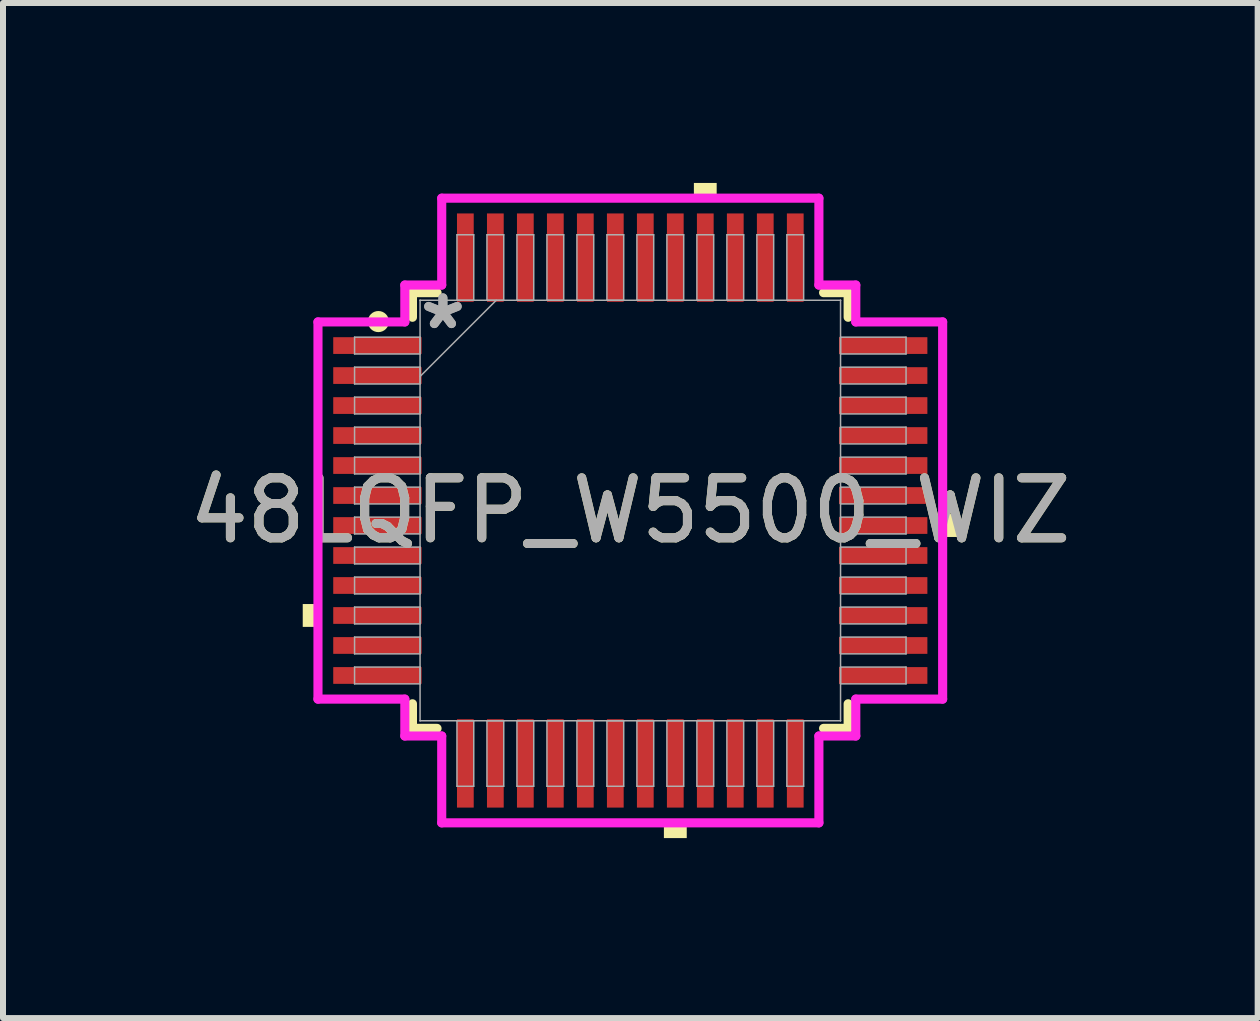
<source format=kicad_pcb>
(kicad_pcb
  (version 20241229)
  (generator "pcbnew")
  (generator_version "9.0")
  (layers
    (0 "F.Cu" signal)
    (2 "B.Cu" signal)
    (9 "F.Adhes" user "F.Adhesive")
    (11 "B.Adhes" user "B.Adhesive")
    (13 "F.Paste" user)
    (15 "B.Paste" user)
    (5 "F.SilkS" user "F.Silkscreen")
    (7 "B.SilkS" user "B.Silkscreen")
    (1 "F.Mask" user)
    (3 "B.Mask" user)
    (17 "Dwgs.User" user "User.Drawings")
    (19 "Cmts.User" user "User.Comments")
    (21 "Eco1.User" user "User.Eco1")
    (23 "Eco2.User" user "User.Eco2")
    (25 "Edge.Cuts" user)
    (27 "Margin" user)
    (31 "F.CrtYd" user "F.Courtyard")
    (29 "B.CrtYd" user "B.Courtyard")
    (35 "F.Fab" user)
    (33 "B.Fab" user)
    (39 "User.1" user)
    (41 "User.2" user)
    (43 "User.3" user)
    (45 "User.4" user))
  (footprint "48LQFP_W5500_WIZ"
    (layer "F.Cu")
    (at 7.458 5.461)
    (property "Reference" "48LQFP_W5500_WIZ" (at 0 0 0) (unlocked yes) (layer "F.SilkS") (effects (font (size 1 1) (thickness 0.15))))
    (attr smd)
    (fp_line (start -3.632 -3.632) (end -3.632 -3.222) (stroke (width 0.152) (type solid)) (layer "F.SilkS"))
    (fp_line (start -3.632 3.222) (end -3.632 3.632) (stroke (width 0.152) (type solid)) (layer "F.SilkS"))
    (fp_line (start -3.632 3.632) (end -3.222 3.632) (stroke (width 0.152) (type solid)) (layer "F.SilkS"))
    (fp_line (start -3.222 -3.632) (end -3.632 -3.632) (stroke (width 0.152) (type solid)) (layer "F.SilkS"))
    (fp_line (start 3.222 3.632) (end 3.632 3.632) (stroke (width 0.152) (type solid)) (layer "F.SilkS"))
    (fp_line (start 3.632 -3.632) (end 3.222 -3.632) (stroke (width 0.152) (type solid)) (layer "F.SilkS"))
    (fp_line (start 3.632 -3.222) (end 3.632 -3.632) (stroke (width 0.152) (type solid)) (layer "F.SilkS"))
    (fp_line (start 3.632 3.632) (end 3.632 3.222) (stroke (width 0.152) (type solid)) (layer "F.SilkS"))
    (fp_circle (center -4.2 -3.15) (end -4.175 -3.2) (stroke (width 0.12) (type default)) (fill no) (layer "F.SilkS"))
    (fp_poly (pts (xy -5.461 1.559) (xy -5.461 1.94) (xy -5.207 1.94) (xy -5.207 1.559)) (stroke (width 0) (type solid)) (fill yes) (layer "F.SilkS"))
    (fp_poly (pts (xy 0.56 5.207) (xy 0.56 5.461) (xy 0.941 5.461) (xy 0.941 5.207)) (stroke (width 0) (type solid)) (fill yes) (layer "F.SilkS"))
    (fp_poly (pts (xy 1.06 -5.207) (xy 1.06 -5.461) (xy 1.44 -5.461) (xy 1.44 -5.207)) (stroke (width 0) (type solid)) (fill yes) (layer "F.SilkS"))
    (fp_poly (pts (xy 5.461 0.059) (xy 5.461 0.441) (xy 5.207 0.441) (xy 5.207 0.059)) (stroke (width 0) (type solid)) (fill yes) (layer "F.SilkS"))
    (fp_line (start -5.207 -3.144) (end -3.759 -3.144) (stroke (width 0.152) (type solid)) (layer "F.CrtYd"))
    (fp_line (start -5.207 3.144) (end -5.207 -3.144) (stroke (width 0.152) (type solid)) (layer "F.CrtYd"))
    (fp_line (start -3.759 -3.759) (end -3.144 -3.759) (stroke (width 0.152) (type solid)) (layer "F.CrtYd"))
    (fp_line (start -3.759 -3.144) (end -3.759 -3.759) (stroke (width 0.152) (type solid)) (layer "F.CrtYd"))
    (fp_line (start -3.759 3.144) (end -5.207 3.144) (stroke (width 0.152) (type solid)) (layer "F.CrtYd"))
    (fp_line (start -3.759 3.759) (end -3.759 3.144) (stroke (width 0.152) (type solid)) (layer "F.CrtYd"))
    (fp_line (start -3.759 3.759) (end -3.144 3.759) (stroke (width 0.152) (type solid)) (layer "F.CrtYd"))
    (fp_line (start -3.144 -5.207) (end 3.144 -5.207) (stroke (width 0.152) (type solid)) (layer "F.CrtYd"))
    (fp_line (start -3.144 -3.759) (end -3.144 -5.207) (stroke (width 0.152) (type solid)) (layer "F.CrtYd"))
    (fp_line (start -3.144 3.759) (end -3.144 5.207) (stroke (width 0.152) (type solid)) (layer "F.CrtYd"))
    (fp_line (start -3.144 5.207) (end 3.144 5.207) (stroke (width 0.152) (type solid)) (layer "F.CrtYd"))
    (fp_line (start 3.144 -5.207) (end 3.144 -3.759) (stroke (width 0.152) (type solid)) (layer "F.CrtYd"))
    (fp_line (start 3.144 -3.759) (end 3.759 -3.759) (stroke (width 0.152) (type solid)) (layer "F.CrtYd"))
    (fp_line (start 3.144 3.759) (end 3.759 3.759) (stroke (width 0.152) (type solid)) (layer "F.CrtYd"))
    (fp_line (start 3.144 5.207) (end 3.144 3.759) (stroke (width 0.152) (type solid)) (layer "F.CrtYd"))
    (fp_line (start 3.759 -3.144) (end 3.759 -3.759) (stroke (width 0.152) (type solid)) (layer "F.CrtYd"))
    (fp_line (start 3.759 3.144) (end 5.207 3.144) (stroke (width 0.152) (type solid)) (layer "F.CrtYd"))
    (fp_line (start 3.759 3.759) (end 3.759 3.144) (stroke (width 0.152) (type solid)) (layer "F.CrtYd"))
    (fp_line (start 5.207 -3.144) (end 3.759 -3.144) (stroke (width 0.152) (type solid)) (layer "F.CrtYd"))
    (fp_line (start 5.207 3.144) (end 5.207 -3.144) (stroke (width 0.152) (type solid)) (layer "F.CrtYd"))
    (fp_line (start -4.597 -2.89) (end -4.597 -2.61) (stroke (width 0.025) (type solid)) (layer "F.Fab"))
    (fp_line (start -4.597 -2.61) (end -3.505 -2.61) (stroke (width 0.025) (type solid)) (layer "F.Fab"))
    (fp_line (start -4.597 -2.39) (end -4.597 -2.11) (stroke (width 0.025) (type solid)) (layer "F.Fab"))
    (fp_line (start -4.597 -2.11) (end -3.505 -2.11) (stroke (width 0.025) (type solid)) (layer "F.Fab"))
    (fp_line (start -4.597 -1.89) (end -4.597 -1.61) (stroke (width 0.025) (type solid)) (layer "F.Fab"))
    (fp_line (start -4.597 -1.61) (end -3.505 -1.61) (stroke (width 0.025) (type solid)) (layer "F.Fab"))
    (fp_line (start -4.597 -1.39) (end -4.597 -1.11) (stroke (width 0.025) (type solid)) (layer "F.Fab"))
    (fp_line (start -4.597 -1.11) (end -3.505 -1.11) (stroke (width 0.025) (type solid)) (layer "F.Fab"))
    (fp_line (start -4.597 -0.89) (end -4.597 -0.61) (stroke (width 0.025) (type solid)) (layer "F.Fab"))
    (fp_line (start -4.597 -0.61) (end -3.505 -0.61) (stroke (width 0.025) (type solid)) (layer "F.Fab"))
    (fp_line (start -4.597 -0.39) (end -4.597 -0.11) (stroke (width 0.025) (type solid)) (layer "F.Fab"))
    (fp_line (start -4.597 -0.11) (end -3.505 -0.11) (stroke (width 0.025) (type solid)) (layer "F.Fab"))
    (fp_line (start -4.597 0.11) (end -4.597 0.39) (stroke (width 0.025) (type solid)) (layer "F.Fab"))
    (fp_line (start -4.597 0.39) (end -3.505 0.39) (stroke (width 0.025) (type solid)) (layer "F.Fab"))
    (fp_line (start -4.597 0.61) (end -4.597 0.89) (stroke (width 0.025) (type solid)) (layer "F.Fab"))
    (fp_line (start -4.597 0.89) (end -3.505 0.89) (stroke (width 0.025) (type solid)) (layer "F.Fab"))
    (fp_line (start -4.597 1.11) (end -4.597 1.39) (stroke (width 0.025) (type solid)) (layer "F.Fab"))
    (fp_line (start -4.597 1.39) (end -3.505 1.39) (stroke (width 0.025) (type solid)) (layer "F.Fab"))
    (fp_line (start -4.597 1.61) (end -4.597 1.89) (stroke (width 0.025) (type solid)) (layer "F.Fab"))
    (fp_line (start -4.597 1.89) (end -3.505 1.89) (stroke (width 0.025) (type solid)) (layer "F.Fab"))
    (fp_line (start -4.597 2.11) (end -4.597 2.39) (stroke (width 0.025) (type solid)) (layer "F.Fab"))
    (fp_line (start -4.597 2.39) (end -3.505 2.39) (stroke (width 0.025) (type solid)) (layer "F.Fab"))
    (fp_line (start -4.597 2.61) (end -4.597 2.89) (stroke (width 0.025) (type solid)) (layer "F.Fab"))
    (fp_line (start -4.597 2.89) (end -3.505 2.89) (stroke (width 0.025) (type solid)) (layer "F.Fab"))
    (fp_line (start -3.505 -3.505) (end -3.505 -3.505) (stroke (width 0.025) (type solid)) (layer "F.Fab"))
    (fp_line (start -3.505 -3.505) (end -3.505 3.505) (stroke (width 0.025) (type solid)) (layer "F.Fab"))
    (fp_line (start -3.505 -2.89) (end -4.597 -2.89) (stroke (width 0.025) (type solid)) (layer "F.Fab"))
    (fp_line (start -3.505 -2.61) (end -3.505 -2.89) (stroke (width 0.025) (type solid)) (layer "F.Fab"))
    (fp_line (start -3.505 -2.39) (end -4.597 -2.39) (stroke (width 0.025) (type solid)) (layer "F.Fab"))
    (fp_line (start -3.505 -2.235) (end -2.235 -3.505) (stroke (width 0.025) (type solid)) (layer "F.Fab"))
    (fp_line (start -3.505 -2.11) (end -3.505 -2.39) (stroke (width 0.025) (type solid)) (layer "F.Fab"))
    (fp_line (start -3.505 -1.89) (end -4.597 -1.89) (stroke (width 0.025) (type solid)) (layer "F.Fab"))
    (fp_line (start -3.505 -1.61) (end -3.505 -1.89) (stroke (width 0.025) (type solid)) (layer "F.Fab"))
    (fp_line (start -3.505 -1.39) (end -4.597 -1.39) (stroke (width 0.025) (type solid)) (layer "F.Fab"))
    (fp_line (start -3.505 -1.11) (end -3.505 -1.39) (stroke (width 0.025) (type solid)) (layer "F.Fab"))
    (fp_line (start -3.505 -0.89) (end -4.597 -0.89) (stroke (width 0.025) (type solid)) (layer "F.Fab"))
    (fp_line (start -3.505 -0.61) (end -3.505 -0.89) (stroke (width 0.025) (type solid)) (layer "F.Fab"))
    (fp_line (start -3.505 -0.39) (end -4.597 -0.39) (stroke (width 0.025) (type solid)) (layer "F.Fab"))
    (fp_line (start -3.505 -0.11) (end -3.505 -0.39) (stroke (width 0.025) (type solid)) (layer "F.Fab"))
    (fp_line (start -3.505 0.11) (end -4.597 0.11) (stroke (width 0.025) (type solid)) (layer "F.Fab"))
    (fp_line (start -3.505 0.39) (end -3.505 0.11) (stroke (width 0.025) (type solid)) (layer "F.Fab"))
    (fp_line (start -3.505 0.61) (end -4.597 0.61) (stroke (width 0.025) (type solid)) (layer "F.Fab"))
    (fp_line (start -3.505 0.89) (end -3.505 0.61) (stroke (width 0.025) (type solid)) (layer "F.Fab"))
    (fp_line (start -3.505 1.11) (end -4.597 1.11) (stroke (width 0.025) (type solid)) (layer "F.Fab"))
    (fp_line (start -3.505 1.39) (end -3.505 1.11) (stroke (width 0.025) (type solid)) (layer "F.Fab"))
    (fp_line (start -3.505 1.61) (end -4.597 1.61) (stroke (width 0.025) (type solid)) (layer "F.Fab"))
    (fp_line (start -3.505 1.89) (end -3.505 1.61) (stroke (width 0.025) (type solid)) (layer "F.Fab"))
    (fp_line (start -3.505 2.11) (end -4.597 2.11) (stroke (width 0.025) (type solid)) (layer "F.Fab"))
    (fp_line (start -3.505 2.39) (end -3.505 2.11) (stroke (width 0.025) (type solid)) (layer "F.Fab"))
    (fp_line (start -3.505 2.61) (end -4.597 2.61) (stroke (width 0.025) (type solid)) (layer "F.Fab"))
    (fp_line (start -3.505 2.89) (end -3.505 2.61) (stroke (width 0.025) (type solid)) (layer "F.Fab"))
    (fp_line (start -3.505 3.505) (end -3.505 3.505) (stroke (width 0.025) (type solid)) (layer "F.Fab"))
    (fp_line (start -3.505 3.505) (end 3.505 3.505) (stroke (width 0.025) (type solid)) (layer "F.Fab"))
    (fp_line (start -2.89 -4.597) (end -2.89 -3.505) (stroke (width 0.025) (type solid)) (layer "F.Fab"))
    (fp_line (start -2.89 -3.505) (end -2.61 -3.505) (stroke (width 0.025) (type solid)) (layer "F.Fab"))
    (fp_line (start -2.89 3.505) (end -2.89 4.597) (stroke (width 0.025) (type solid)) (layer "F.Fab"))
    (fp_line (start -2.89 4.597) (end -2.61 4.597) (stroke (width 0.025) (type solid)) (layer "F.Fab"))
    (fp_line (start -2.61 -4.597) (end -2.89 -4.597) (stroke (width 0.025) (type solid)) (layer "F.Fab"))
    (fp_line (start -2.61 -3.505) (end -2.61 -4.597) (stroke (width 0.025) (type solid)) (layer "F.Fab"))
    (fp_line (start -2.61 3.505) (end -2.89 3.505) (stroke (width 0.025) (type solid)) (layer "F.Fab"))
    (fp_line (start -2.61 4.597) (end -2.61 3.505) (stroke (width 0.025) (type solid)) (layer "F.Fab"))
    (fp_line (start -2.39 -4.597) (end -2.39 -3.505) (stroke (width 0.025) (type solid)) (layer "F.Fab"))
    (fp_line (start -2.39 -3.505) (end -2.11 -3.505) (stroke (width 0.025) (type solid)) (layer "F.Fab"))
    (fp_line (start -2.39 3.505) (end -2.39 4.597) (stroke (width 0.025) (type solid)) (layer "F.Fab"))
    (fp_line (start -2.39 4.597) (end -2.11 4.597) (stroke (width 0.025) (type solid)) (layer "F.Fab"))
    (fp_line (start -2.11 -4.597) (end -2.39 -4.597) (stroke (width 0.025) (type solid)) (layer "F.Fab"))
    (fp_line (start -2.11 -3.505) (end -2.11 -4.597) (stroke (width 0.025) (type solid)) (layer "F.Fab"))
    (fp_line (start -2.11 3.505) (end -2.39 3.505) (stroke (width 0.025) (type solid)) (layer "F.Fab"))
    (fp_line (start -2.11 4.597) (end -2.11 3.505) (stroke (width 0.025) (type solid)) (layer "F.Fab"))
    (fp_line (start -1.89 -4.597) (end -1.89 -3.505) (stroke (width 0.025) (type solid)) (layer "F.Fab"))
    (fp_line (start -1.89 -3.505) (end -1.61 -3.505) (stroke (width 0.025) (type solid)) (layer "F.Fab"))
    (fp_line (start -1.89 3.505) (end -1.89 4.597) (stroke (width 0.025) (type solid)) (layer "F.Fab"))
    (fp_line (start -1.89 4.597) (end -1.61 4.597) (stroke (width 0.025) (type solid)) (layer "F.Fab"))
    (fp_line (start -1.61 -4.597) (end -1.89 -4.597) (stroke (width 0.025) (type solid)) (layer "F.Fab"))
    (fp_line (start -1.61 -3.505) (end -1.61 -4.597) (stroke (width 0.025) (type solid)) (layer "F.Fab"))
    (fp_line (start -1.61 3.505) (end -1.89 3.505) (stroke (width 0.025) (type solid)) (layer "F.Fab"))
    (fp_line (start -1.61 4.597) (end -1.61 3.505) (stroke (width 0.025) (type solid)) (layer "F.Fab"))
    (fp_line (start -1.39 -4.597) (end -1.39 -3.505) (stroke (width 0.025) (type solid)) (layer "F.Fab"))
    (fp_line (start -1.39 -3.505) (end -1.11 -3.505) (stroke (width 0.025) (type solid)) (layer "F.Fab"))
    (fp_line (start -1.39 3.505) (end -1.39 4.597) (stroke (width 0.025) (type solid)) (layer "F.Fab"))
    (fp_line (start -1.39 4.597) (end -1.11 4.597) (stroke (width 0.025) (type solid)) (layer "F.Fab"))
    (fp_line (start -1.11 -4.597) (end -1.39 -4.597) (stroke (width 0.025) (type solid)) (layer "F.Fab"))
    (fp_line (start -1.11 -3.505) (end -1.11 -4.597) (stroke (width 0.025) (type solid)) (layer "F.Fab"))
    (fp_line (start -1.11 3.505) (end -1.39 3.505) (stroke (width 0.025) (type solid)) (layer "F.Fab"))
    (fp_line (start -1.11 4.597) (end -1.11 3.505) (stroke (width 0.025) (type solid)) (layer "F.Fab"))
    (fp_line (start -0.89 -4.597) (end -0.89 -3.505) (stroke (width 0.025) (type solid)) (layer "F.Fab"))
    (fp_line (start -0.89 -3.505) (end -0.61 -3.505) (stroke (width 0.025) (type solid)) (layer "F.Fab"))
    (fp_line (start -0.89 3.505) (end -0.89 4.597) (stroke (width 0.025) (type solid)) (layer "F.Fab"))
    (fp_line (start -0.89 4.597) (end -0.61 4.597) (stroke (width 0.025) (type solid)) (layer "F.Fab"))
    (fp_line (start -0.61 -4.597) (end -0.89 -4.597) (stroke (width 0.025) (type solid)) (layer "F.Fab"))
    (fp_line (start -0.61 -3.505) (end -0.61 -4.597) (stroke (width 0.025) (type solid)) (layer "F.Fab"))
    (fp_line (start -0.61 3.505) (end -0.89 3.505) (stroke (width 0.025) (type solid)) (layer "F.Fab"))
    (fp_line (start -0.61 4.597) (end -0.61 3.505) (stroke (width 0.025) (type solid)) (layer "F.Fab"))
    (fp_line (start -0.39 -4.597) (end -0.39 -3.505) (stroke (width 0.025) (type solid)) (layer "F.Fab"))
    (fp_line (start -0.39 -3.505) (end -0.11 -3.505) (stroke (width 0.025) (type solid)) (layer "F.Fab"))
    (fp_line (start -0.39 3.505) (end -0.39 4.597) (stroke (width 0.025) (type solid)) (layer "F.Fab"))
    (fp_line (start -0.39 4.597) (end -0.11 4.597) (stroke (width 0.025) (type solid)) (layer "F.Fab"))
    (fp_line (start -0.11 -4.597) (end -0.39 -4.597) (stroke (width 0.025) (type solid)) (layer "F.Fab"))
    (fp_line (start -0.11 -3.505) (end -0.11 -4.597) (stroke (width 0.025) (type solid)) (layer "F.Fab"))
    (fp_line (start -0.11 3.505) (end -0.39 3.505) (stroke (width 0.025) (type solid)) (layer "F.Fab"))
    (fp_line (start -0.11 4.597) (end -0.11 3.505) (stroke (width 0.025) (type solid)) (layer "F.Fab"))
    (fp_line (start 0.11 -4.597) (end 0.11 -3.505) (stroke (width 0.025) (type solid)) (layer "F.Fab"))
    (fp_line (start 0.11 -3.505) (end 0.39 -3.505) (stroke (width 0.025) (type solid)) (layer "F.Fab"))
    (fp_line (start 0.11 3.505) (end 0.11 4.597) (stroke (width 0.025) (type solid)) (layer "F.Fab"))
    (fp_line (start 0.11 4.597) (end 0.39 4.597) (stroke (width 0.025) (type solid)) (layer "F.Fab"))
    (fp_line (start 0.39 -4.597) (end 0.11 -4.597) (stroke (width 0.025) (type solid)) (layer "F.Fab"))
    (fp_line (start 0.39 -3.505) (end 0.39 -4.597) (stroke (width 0.025) (type solid)) (layer "F.Fab"))
    (fp_line (start 0.39 3.505) (end 0.11 3.505) (stroke (width 0.025) (type solid)) (layer "F.Fab"))
    (fp_line (start 0.39 4.597) (end 0.39 3.505) (stroke (width 0.025) (type solid)) (layer "F.Fab"))
    (fp_line (start 0.61 -4.597) (end 0.61 -3.505) (stroke (width 0.025) (type solid)) (layer "F.Fab"))
    (fp_line (start 0.61 -3.505) (end 0.89 -3.505) (stroke (width 0.025) (type solid)) (layer "F.Fab"))
    (fp_line (start 0.61 3.505) (end 0.61 4.597) (stroke (width 0.025) (type solid)) (layer "F.Fab"))
    (fp_line (start 0.61 4.597) (end 0.89 4.597) (stroke (width 0.025) (type solid)) (layer "F.Fab"))
    (fp_line (start 0.89 -4.597) (end 0.61 -4.597) (stroke (width 0.025) (type solid)) (layer "F.Fab"))
    (fp_line (start 0.89 -3.505) (end 0.89 -4.597) (stroke (width 0.025) (type solid)) (layer "F.Fab"))
    (fp_line (start 0.89 3.505) (end 0.61 3.505) (stroke (width 0.025) (type solid)) (layer "F.Fab"))
    (fp_line (start 0.89 4.597) (end 0.89 3.505) (stroke (width 0.025) (type solid)) (layer "F.Fab"))
    (fp_line (start 1.11 -4.597) (end 1.11 -3.505) (stroke (width 0.025) (type solid)) (layer "F.Fab"))
    (fp_line (start 1.11 -3.505) (end 1.39 -3.505) (stroke (width 0.025) (type solid)) (layer "F.Fab"))
    (fp_line (start 1.11 3.505) (end 1.11 4.597) (stroke (width 0.025) (type solid)) (layer "F.Fab"))
    (fp_line (start 1.11 4.597) (end 1.39 4.597) (stroke (width 0.025) (type solid)) (layer "F.Fab"))
    (fp_line (start 1.39 -4.597) (end 1.11 -4.597) (stroke (width 0.025) (type solid)) (layer "F.Fab"))
    (fp_line (start 1.39 -3.505) (end 1.39 -4.597) (stroke (width 0.025) (type solid)) (layer "F.Fab"))
    (fp_line (start 1.39 3.505) (end 1.11 3.505) (stroke (width 0.025) (type solid)) (layer "F.Fab"))
    (fp_line (start 1.39 4.597) (end 1.39 3.505) (stroke (width 0.025) (type solid)) (layer "F.Fab"))
    (fp_line (start 1.61 -4.597) (end 1.61 -3.505) (stroke (width 0.025) (type solid)) (layer "F.Fab"))
    (fp_line (start 1.61 -3.505) (end 1.89 -3.505) (stroke (width 0.025) (type solid)) (layer "F.Fab"))
    (fp_line (start 1.61 3.505) (end 1.61 4.597) (stroke (width 0.025) (type solid)) (layer "F.Fab"))
    (fp_line (start 1.61 4.597) (end 1.89 4.597) (stroke (width 0.025) (type solid)) (layer "F.Fab"))
    (fp_line (start 1.89 -4.597) (end 1.61 -4.597) (stroke (width 0.025) (type solid)) (layer "F.Fab"))
    (fp_line (start 1.89 -3.505) (end 1.89 -4.597) (stroke (width 0.025) (type solid)) (layer "F.Fab"))
    (fp_line (start 1.89 3.505) (end 1.61 3.505) (stroke (width 0.025) (type solid)) (layer "F.Fab"))
    (fp_line (start 1.89 4.597) (end 1.89 3.505) (stroke (width 0.025) (type solid)) (layer "F.Fab"))
    (fp_line (start 2.11 -4.597) (end 2.11 -3.505) (stroke (width 0.025) (type solid)) (layer "F.Fab"))
    (fp_line (start 2.11 -3.505) (end 2.39 -3.505) (stroke (width 0.025) (type solid)) (layer "F.Fab"))
    (fp_line (start 2.11 3.505) (end 2.11 4.597) (stroke (width 0.025) (type solid)) (layer "F.Fab"))
    (fp_line (start 2.11 4.597) (end 2.39 4.597) (stroke (width 0.025) (type solid)) (layer "F.Fab"))
    (fp_line (start 2.39 -4.597) (end 2.11 -4.597) (stroke (width 0.025) (type solid)) (layer "F.Fab"))
    (fp_line (start 2.39 -3.505) (end 2.39 -4.597) (stroke (width 0.025) (type solid)) (layer "F.Fab"))
    (fp_line (start 2.39 3.505) (end 2.11 3.505) (stroke (width 0.025) (type solid)) (layer "F.Fab"))
    (fp_line (start 2.39 4.597) (end 2.39 3.505) (stroke (width 0.025) (type solid)) (layer "F.Fab"))
    (fp_line (start 2.61 -4.597) (end 2.61 -3.505) (stroke (width 0.025) (type solid)) (layer "F.Fab"))
    (fp_line (start 2.61 -3.505) (end 2.89 -3.505) (stroke (width 0.025) (type solid)) (layer "F.Fab"))
    (fp_line (start 2.61 3.505) (end 2.61 4.597) (stroke (width 0.025) (type solid)) (layer "F.Fab"))
    (fp_line (start 2.61 4.597) (end 2.89 4.597) (stroke (width 0.025) (type solid)) (layer "F.Fab"))
    (fp_line (start 2.89 -4.597) (end 2.61 -4.597) (stroke (width 0.025) (type solid)) (layer "F.Fab"))
    (fp_line (start 2.89 -3.505) (end 2.89 -4.597) (stroke (width 0.025) (type solid)) (layer "F.Fab"))
    (fp_line (start 2.89 3.505) (end 2.61 3.505) (stroke (width 0.025) (type solid)) (layer "F.Fab"))
    (fp_line (start 2.89 4.597) (end 2.89 3.505) (stroke (width 0.025) (type solid)) (layer "F.Fab"))
    (fp_line (start 3.505 -3.505) (end -3.505 -3.505) (stroke (width 0.025) (type solid)) (layer "F.Fab"))
    (fp_line (start 3.505 -3.505) (end 3.505 -3.505) (stroke (width 0.025) (type solid)) (layer "F.Fab"))
    (fp_line (start 3.505 -2.89) (end 3.505 -2.61) (stroke (width 0.025) (type solid)) (layer "F.Fab"))
    (fp_line (start 3.505 -2.61) (end 4.597 -2.61) (stroke (width 0.025) (type solid)) (layer "F.Fab"))
    (fp_line (start 3.505 -2.39) (end 3.505 -2.11) (stroke (width 0.025) (type solid)) (layer "F.Fab"))
    (fp_line (start 3.505 -2.11) (end 4.597 -2.11) (stroke (width 0.025) (type solid)) (layer "F.Fab"))
    (fp_line (start 3.505 -1.89) (end 3.505 -1.61) (stroke (width 0.025) (type solid)) (layer "F.Fab"))
    (fp_line (start 3.505 -1.61) (end 4.597 -1.61) (stroke (width 0.025) (type solid)) (layer "F.Fab"))
    (fp_line (start 3.505 -1.39) (end 3.505 -1.11) (stroke (width 0.025) (type solid)) (layer "F.Fab"))
    (fp_line (start 3.505 -1.11) (end 4.597 -1.11) (stroke (width 0.025) (type solid)) (layer "F.Fab"))
    (fp_line (start 3.505 -0.89) (end 3.505 -0.61) (stroke (width 0.025) (type solid)) (layer "F.Fab"))
    (fp_line (start 3.505 -0.61) (end 4.597 -0.61) (stroke (width 0.025) (type solid)) (layer "F.Fab"))
    (fp_line (start 3.505 -0.39) (end 3.505 -0.11) (stroke (width 0.025) (type solid)) (layer "F.Fab"))
    (fp_line (start 3.505 -0.11) (end 4.597 -0.11) (stroke (width 0.025) (type solid)) (layer "F.Fab"))
    (fp_line (start 3.505 0.11) (end 3.505 0.39) (stroke (width 0.025) (type solid)) (layer "F.Fab"))
    (fp_line (start 3.505 0.39) (end 4.597 0.39) (stroke (width 0.025) (type solid)) (layer "F.Fab"))
    (fp_line (start 3.505 0.61) (end 3.505 0.89) (stroke (width 0.025) (type solid)) (layer "F.Fab"))
    (fp_line (start 3.505 0.89) (end 4.597 0.89) (stroke (width 0.025) (type solid)) (layer "F.Fab"))
    (fp_line (start 3.505 1.11) (end 3.505 1.39) (stroke (width 0.025) (type solid)) (layer "F.Fab"))
    (fp_line (start 3.505 1.39) (end 4.597 1.39) (stroke (width 0.025) (type solid)) (layer "F.Fab"))
    (fp_line (start 3.505 1.61) (end 3.505 1.89) (stroke (width 0.025) (type solid)) (layer "F.Fab"))
    (fp_line (start 3.505 1.89) (end 4.597 1.89) (stroke (width 0.025) (type solid)) (layer "F.Fab"))
    (fp_line (start 3.505 2.11) (end 3.505 2.39) (stroke (width 0.025) (type solid)) (layer "F.Fab"))
    (fp_line (start 3.505 2.39) (end 4.597 2.39) (stroke (width 0.025) (type solid)) (layer "F.Fab"))
    (fp_line (start 3.505 2.61) (end 3.505 2.89) (stroke (width 0.025) (type solid)) (layer "F.Fab"))
    (fp_line (start 3.505 2.89) (end 4.597 2.89) (stroke (width 0.025) (type solid)) (layer "F.Fab"))
    (fp_line (start 3.505 3.505) (end 3.505 -3.505) (stroke (width 0.025) (type solid)) (layer "F.Fab"))
    (fp_line (start 3.505 3.505) (end 3.505 3.505) (stroke (width 0.025) (type solid)) (layer "F.Fab"))
    (fp_line (start 4.597 -2.89) (end 3.505 -2.89) (stroke (width 0.025) (type solid)) (layer "F.Fab"))
    (fp_line (start 4.597 -2.61) (end 4.597 -2.89) (stroke (width 0.025) (type solid)) (layer "F.Fab"))
    (fp_line (start 4.597 -2.39) (end 3.505 -2.39) (stroke (width 0.025) (type solid)) (layer "F.Fab"))
    (fp_line (start 4.597 -2.11) (end 4.597 -2.39) (stroke (width 0.025) (type solid)) (layer "F.Fab"))
    (fp_line (start 4.597 -1.89) (end 3.505 -1.89) (stroke (width 0.025) (type solid)) (layer "F.Fab"))
    (fp_line (start 4.597 -1.61) (end 4.597 -1.89) (stroke (width 0.025) (type solid)) (layer "F.Fab"))
    (fp_line (start 4.597 -1.39) (end 3.505 -1.39) (stroke (width 0.025) (type solid)) (layer "F.Fab"))
    (fp_line (start 4.597 -1.11) (end 4.597 -1.39) (stroke (width 0.025) (type solid)) (layer "F.Fab"))
    (fp_line (start 4.597 -0.89) (end 3.505 -0.89) (stroke (width 0.025) (type solid)) (layer "F.Fab"))
    (fp_line (start 4.597 -0.61) (end 4.597 -0.89) (stroke (width 0.025) (type solid)) (layer "F.Fab"))
    (fp_line (start 4.597 -0.39) (end 3.505 -0.39) (stroke (width 0.025) (type solid)) (layer "F.Fab"))
    (fp_line (start 4.597 -0.11) (end 4.597 -0.39) (stroke (width 0.025) (type solid)) (layer "F.Fab"))
    (fp_line (start 4.597 0.11) (end 3.505 0.11) (stroke (width 0.025) (type solid)) (layer "F.Fab"))
    (fp_line (start 4.597 0.39) (end 4.597 0.11) (stroke (width 0.025) (type solid)) (layer "F.Fab"))
    (fp_line (start 4.597 0.61) (end 3.505 0.61) (stroke (width 0.025) (type solid)) (layer "F.Fab"))
    (fp_line (start 4.597 0.89) (end 4.597 0.61) (stroke (width 0.025) (type solid)) (layer "F.Fab"))
    (fp_line (start 4.597 1.11) (end 3.505 1.11) (stroke (width 0.025) (type solid)) (layer "F.Fab"))
    (fp_line (start 4.597 1.39) (end 4.597 1.11) (stroke (width 0.025) (type solid)) (layer "F.Fab"))
    (fp_line (start 4.597 1.61) (end 3.505 1.61) (stroke (width 0.025) (type solid)) (layer "F.Fab"))
    (fp_line (start 4.597 1.89) (end 4.597 1.61) (stroke (width 0.025) (type solid)) (layer "F.Fab"))
    (fp_line (start 4.597 2.11) (end 3.505 2.11) (stroke (width 0.025) (type solid)) (layer "F.Fab"))
    (fp_line (start 4.597 2.39) (end 4.597 2.11) (stroke (width 0.025) (type solid)) (layer "F.Fab"))
    (fp_line (start 4.597 2.61) (end 3.505 2.61) (stroke (width 0.025) (type solid)) (layer "F.Fab"))
    (fp_line (start 4.597 2.89) (end 4.597 2.61) (stroke (width 0.025) (type solid)) (layer "F.Fab"))
    (fp_text user "*" (at -3.124 -3 0) (layer "F.Fab") (effects (font (size 1 1) (thickness 0.15))))
    (fp_text user "${REFERENCE}" (at 0 0 0) (unlocked yes) (layer "F.Fab") (effects (font (size 1 1) (thickness 0.15))))
    (fp_text user "*" (at -3.124 -3 0) (unlocked yes) (layer "F.Fab") (effects (font (size 1 1) (thickness 0.15))))
    (pad "1" smd rect (at -4.216 -2.75 90) (size 0.279 1.473) (layers "F.Cu" "F.Mask" "F.Paste"))
    (pad "2" smd rect (at -4.216 -2.25 90) (size 0.279 1.473) (layers "F.Cu" "F.Mask" "F.Paste"))
    (pad "3" smd rect (at -4.216 -1.75 90) (size 0.279 1.473) (layers "F.Cu" "F.Mask" "F.Paste"))
    (pad "4" smd rect (at -4.216 -1.25 90) (size 0.279 1.473) (layers "F.Cu" "F.Mask" "F.Paste"))
    (pad "5" smd rect (at -4.216 -0.75 90) (size 0.279 1.473) (layers "F.Cu" "F.Mask" "F.Paste"))
    (pad "6" smd rect (at -4.216 -0.25 90) (size 0.279 1.473) (layers "F.Cu" "F.Mask" "F.Paste"))
    (pad "7" smd rect (at -4.216 0.25 90) (size 0.279 1.473) (layers "F.Cu" "F.Mask" "F.Paste"))
    (pad "8" smd rect (at -4.216 0.75 90) (size 0.279 1.473) (layers "F.Cu" "F.Mask" "F.Paste"))
    (pad "9" smd rect (at -4.216 1.25 90) (size 0.279 1.473) (layers "F.Cu" "F.Mask" "F.Paste"))
    (pad "10" smd rect (at -4.216 1.75 90) (size 0.279 1.473) (layers "F.Cu" "F.Mask" "F.Paste"))
    (pad "11" smd rect (at -4.216 2.25 90) (size 0.279 1.473) (layers "F.Cu" "F.Mask" "F.Paste"))
    (pad "12" smd rect (at -4.216 2.75 90) (size 0.279 1.473) (layers "F.Cu" "F.Mask" "F.Paste"))
    (pad "13" smd rect (at -2.75 4.216) (size 0.279 1.473) (layers "F.Cu" "F.Mask" "F.Paste"))
    (pad "14" smd rect (at -2.25 4.216) (size 0.279 1.473) (layers "F.Cu" "F.Mask" "F.Paste"))
    (pad "15" smd rect (at -1.75 4.216) (size 0.279 1.473) (layers "F.Cu" "F.Mask" "F.Paste"))
    (pad "16" smd rect (at -1.25 4.216) (size 0.279 1.473) (layers "F.Cu" "F.Mask" "F.Paste"))
    (pad "17" smd rect (at -0.75 4.216) (size 0.279 1.473) (layers "F.Cu" "F.Mask" "F.Paste"))
    (pad "18" smd rect (at -0.25 4.216) (size 0.279 1.473) (layers "F.Cu" "F.Mask" "F.Paste"))
    (pad "19" smd rect (at 0.25 4.216) (size 0.279 1.473) (layers "F.Cu" "F.Mask" "F.Paste"))
    (pad "20" smd rect (at 0.75 4.216) (size 0.279 1.473) (layers "F.Cu" "F.Mask" "F.Paste"))
    (pad "21" smd rect (at 1.25 4.216) (size 0.279 1.473) (layers "F.Cu" "F.Mask" "F.Paste"))
    (pad "22" smd rect (at 1.75 4.216) (size 0.279 1.473) (layers "F.Cu" "F.Mask" "F.Paste"))
    (pad "23" smd rect (at 2.25 4.216) (size 0.279 1.473) (layers "F.Cu" "F.Mask" "F.Paste"))
    (pad "24" smd rect (at 2.75 4.216) (size 0.279 1.473) (layers "F.Cu" "F.Mask" "F.Paste"))
    (pad "25" smd rect (at 4.216 2.75 90) (size 0.279 1.473) (layers "F.Cu" "F.Mask" "F.Paste"))
    (pad "26" smd rect (at 4.216 2.25 90) (size 0.279 1.473) (layers "F.Cu" "F.Mask" "F.Paste"))
    (pad "27" smd rect (at 4.216 1.75 90) (size 0.279 1.473) (layers "F.Cu" "F.Mask" "F.Paste"))
    (pad "28" smd rect (at 4.216 1.25 90) (size 0.279 1.473) (layers "F.Cu" "F.Mask" "F.Paste"))
    (pad "29" smd rect (at 4.216 0.75 90) (size 0.279 1.473) (layers "F.Cu" "F.Mask" "F.Paste"))
    (pad "30" smd rect (at 4.216 0.25 90) (size 0.279 1.473) (layers "F.Cu" "F.Mask" "F.Paste"))
    (pad "31" smd rect (at 4.216 -0.25 90) (size 0.279 1.473) (layers "F.Cu" "F.Mask" "F.Paste"))
    (pad "32" smd rect (at 4.216 -0.75 90) (size 0.279 1.473) (layers "F.Cu" "F.Mask" "F.Paste"))
    (pad "33" smd rect (at 4.216 -1.25 90) (size 0.279 1.473) (layers "F.Cu" "F.Mask" "F.Paste"))
    (pad "34" smd rect (at 4.216 -1.75 90) (size 0.279 1.473) (layers "F.Cu" "F.Mask" "F.Paste"))
    (pad "35" smd rect (at 4.216 -2.25 90) (size 0.279 1.473) (layers "F.Cu" "F.Mask" "F.Paste"))
    (pad "36" smd rect (at 4.216 -2.75 90) (size 0.279 1.473) (layers "F.Cu" "F.Mask" "F.Paste"))
    (pad "37" smd rect (at 2.75 -4.216) (size 0.279 1.473) (layers "F.Cu" "F.Mask" "F.Paste"))
    (pad "38" smd rect (at 2.25 -4.216) (size 0.279 1.473) (layers "F.Cu" "F.Mask" "F.Paste"))
    (pad "39" smd rect (at 1.75 -4.216) (size 0.279 1.473) (layers "F.Cu" "F.Mask" "F.Paste"))
    (pad "40" smd rect (at 1.25 -4.216) (size 0.279 1.473) (layers "F.Cu" "F.Mask" "F.Paste"))
    (pad "41" smd rect (at 0.75 -4.216) (size 0.279 1.473) (layers "F.Cu" "F.Mask" "F.Paste"))
    (pad "42" smd rect (at 0.25 -4.216) (size 0.279 1.473) (layers "F.Cu" "F.Mask" "F.Paste"))
    (pad "43" smd rect (at -0.25 -4.216) (size 0.279 1.473) (layers "F.Cu" "F.Mask" "F.Paste"))
    (pad "44" smd rect (at -0.75 -4.216) (size 0.279 1.473) (layers "F.Cu" "F.Mask" "F.Paste"))
    (pad "45" smd rect (at -1.25 -4.216) (size 0.279 1.473) (layers "F.Cu" "F.Mask" "F.Paste"))
    (pad "46" smd rect (at -1.75 -4.216) (size 0.279 1.473) (layers "F.Cu" "F.Mask" "F.Paste"))
    (pad "47" smd rect (at -2.25 -4.216) (size 0.279 1.473) (layers "F.Cu" "F.Mask" "F.Paste"))
    (pad "48" smd rect (at -2.75 -4.216) (size 0.279 1.473) (layers "F.Cu" "F.Mask" "F.Paste")))
  (gr_rect
    (start -3 -3)
    (end 17.917 13.922)
    (stroke (width 0.1) (type default))
    (fill no)
    (layer "Edge.Cuts")))
</source>
